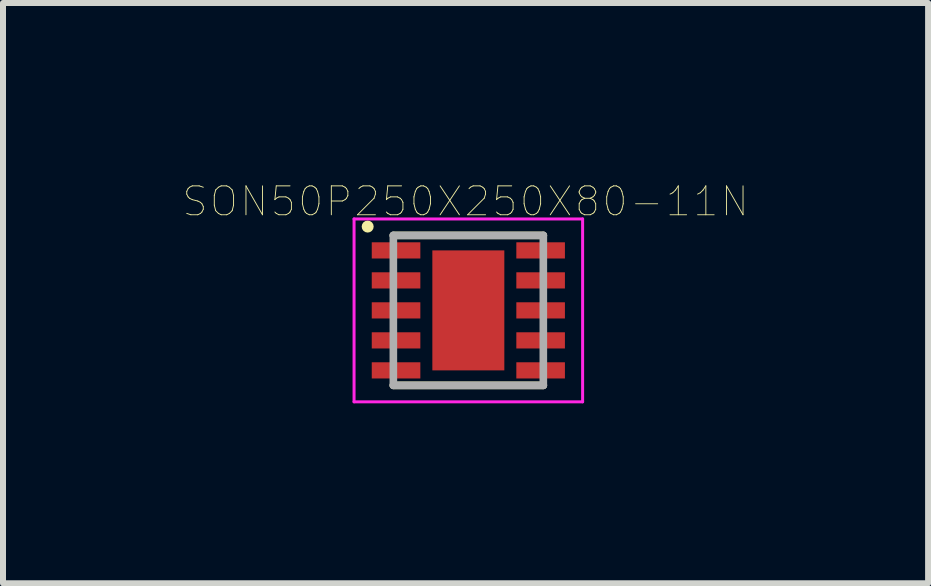
<source format=kicad_pcb>
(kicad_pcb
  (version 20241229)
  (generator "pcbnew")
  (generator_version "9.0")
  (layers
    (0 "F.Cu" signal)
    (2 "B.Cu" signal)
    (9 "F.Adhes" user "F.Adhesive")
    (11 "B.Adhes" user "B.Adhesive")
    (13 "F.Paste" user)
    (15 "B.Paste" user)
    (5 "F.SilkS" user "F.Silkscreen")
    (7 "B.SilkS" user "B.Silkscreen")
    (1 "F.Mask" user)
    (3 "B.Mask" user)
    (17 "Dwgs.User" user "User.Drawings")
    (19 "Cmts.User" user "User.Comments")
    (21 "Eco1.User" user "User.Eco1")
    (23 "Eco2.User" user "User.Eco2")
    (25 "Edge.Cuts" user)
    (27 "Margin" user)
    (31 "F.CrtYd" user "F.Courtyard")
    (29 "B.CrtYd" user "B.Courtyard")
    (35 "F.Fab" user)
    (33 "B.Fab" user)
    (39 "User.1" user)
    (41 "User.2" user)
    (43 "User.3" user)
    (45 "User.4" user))
  (footprint "SON50P250X250X80-11N"
    (layer "F.Cu")
    (at 4.757 2.124)
    (property "Reference" "SON50P250X250X80-11N" (at -0.046 -1.816 0) (layer "F.SilkS") (effects (font (size 0.482 0.482) (thickness 0.015))))
    (attr through_hole)
    (fp_line (start 1.25 -1.25) (end -1.25 -1.25) (stroke (width 0.127) (type solid)) (layer "F.SilkS"))
    (fp_line (start 1.25 1.25) (end -1.25 1.25) (stroke (width 0.127) (type solid)) (layer "F.SilkS"))
    (fp_circle (center -1.678 -1.397) (end -1.628 -1.397) (stroke (width 0.1) (type solid)) (fill no) (layer "F.SilkS"))
    (fp_poly (pts (xy -0.381 -0.63) (xy 0.38 -0.63) (xy 0.38 0.632) (xy -0.381 0.632)) (stroke (width 0.01) (type solid)) (fill yes) (layer "F.Paste"))
    (fp_line (start -1.905 -1.524) (end 1.905 -1.524) (stroke (width 0.05) (type solid)) (layer "F.CrtYd"))
    (fp_line (start -1.905 1.524) (end -1.905 -1.524) (stroke (width 0.05) (type solid)) (layer "F.CrtYd"))
    (fp_line (start 1.905 -1.524) (end 1.905 1.524) (stroke (width 0.05) (type solid)) (layer "F.CrtYd"))
    (fp_line (start 1.905 1.524) (end -1.905 1.524) (stroke (width 0.05) (type solid)) (layer "F.CrtYd"))
    (fp_line (start -1.25 -1.25) (end 1.25 -1.25) (stroke (width 0.127) (type solid)) (layer "F.Fab"))
    (fp_line (start -1.25 1.25) (end -1.25 -1.25) (stroke (width 0.127) (type solid)) (layer "F.Fab"))
    (fp_line (start 1.25 -1.25) (end 1.25 1.25) (stroke (width 0.127) (type solid)) (layer "F.Fab"))
    (fp_line (start 1.25 1.25) (end -1.25 1.25) (stroke (width 0.127) (type solid)) (layer "F.Fab"))
    (pad "1" smd rect (at -1.205 -1) (size 0.81 0.27) (layers "F.Cu" "F.Mask" "F.Paste"))
    (pad "2" smd rect (at -1.205 -0.5) (size 0.81 0.27) (layers "F.Cu" "F.Mask" "F.Paste"))
    (pad "3" smd rect (at -1.205 0) (size 0.81 0.27) (layers "F.Cu" "F.Mask" "F.Paste"))
    (pad "4" smd rect (at -1.205 0.5) (size 0.81 0.27) (layers "F.Cu" "F.Mask" "F.Paste"))
    (pad "5" smd rect (at -1.205 1) (size 0.81 0.27) (layers "F.Cu" "F.Mask" "F.Paste"))
    (pad "6" smd rect (at 1.205 1) (size 0.81 0.27) (layers "F.Cu" "F.Mask" "F.Paste"))
    (pad "7" smd rect (at 1.205 0.5) (size 0.81 0.27) (layers "F.Cu" "F.Mask" "F.Paste"))
    (pad "8" smd rect (at 1.205 0) (size 0.81 0.27) (layers "F.Cu" "F.Mask" "F.Paste"))
    (pad "9" smd rect (at 1.205 -0.5) (size 0.81 0.27) (layers "F.Cu" "F.Mask" "F.Paste"))
    (pad "10" smd rect (at 1.205 -1) (size 0.81 0.27) (layers "F.Cu" "F.Mask" "F.Paste"))
    (pad "11" smd rect (at 0 0) (size 1.2 2) (layers "F.Cu" "F.Mask")))
  (gr_rect
    (start -3 -3)
    (end 12.421 6.673)
    (stroke (width 0.1) (type default))
    (fill no)
    (layer "Edge.Cuts")))
</source>
